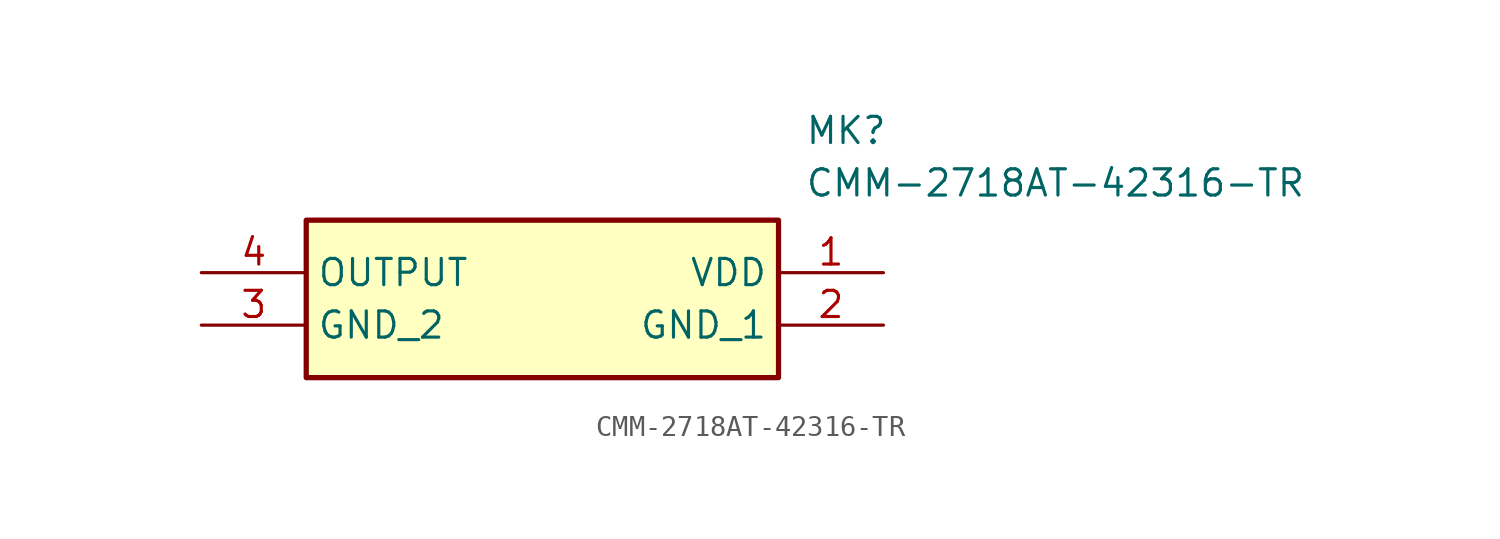
<source format=kicad_sym>
(kicad_symbol_lib
  (version 20211014)
  (generator SamacSys_ECAD_Model)
  (symbol "CMM-2718AT-42316-TR"
    (property "Reference" "MK"
      (at 29.21 7.62 0)
      (effects (font (size 1.27 1.27)) (justify left top)))
    (property "Value" "CMM-2718AT-42316-TR"
      (at 29.21 5.08 0)
      (effects (font (size 1.27 1.27)) (justify left top)))
    (rectangle
      (start 5.08 2.54)
      (end 27.94 -5.08)
      (stroke (width 0.254) (type default))
      (fill (type background)))
    (pin passive line
      (at 33.02 0 180)
      (length 5.08)
      (name "VDD" (effects (font (size 1.27 1.27))))
      (number "1" (effects (font (size 1.27 1.27)))))
    (pin passive line
      (at 33.02 -2.54 180)
      (length 5.08)
      (name "GND_1" (effects (font (size 1.27 1.27))))
      (number "2" (effects (font (size 1.27 1.27)))))
    (pin passive line
      (at 0 -2.54 0)
      (length 5.08)
      (name "GND_2" (effects (font (size 1.27 1.27))))
      (number "3" (effects (font (size 1.27 1.27)))))
    (pin passive line
      (at 0 0 0)
      (length 5.08)
      (name "OUTPUT" (effects (font (size 1.27 1.27))))
      (number "4" (effects (font (size 1.27 1.27)))))))
</source>
